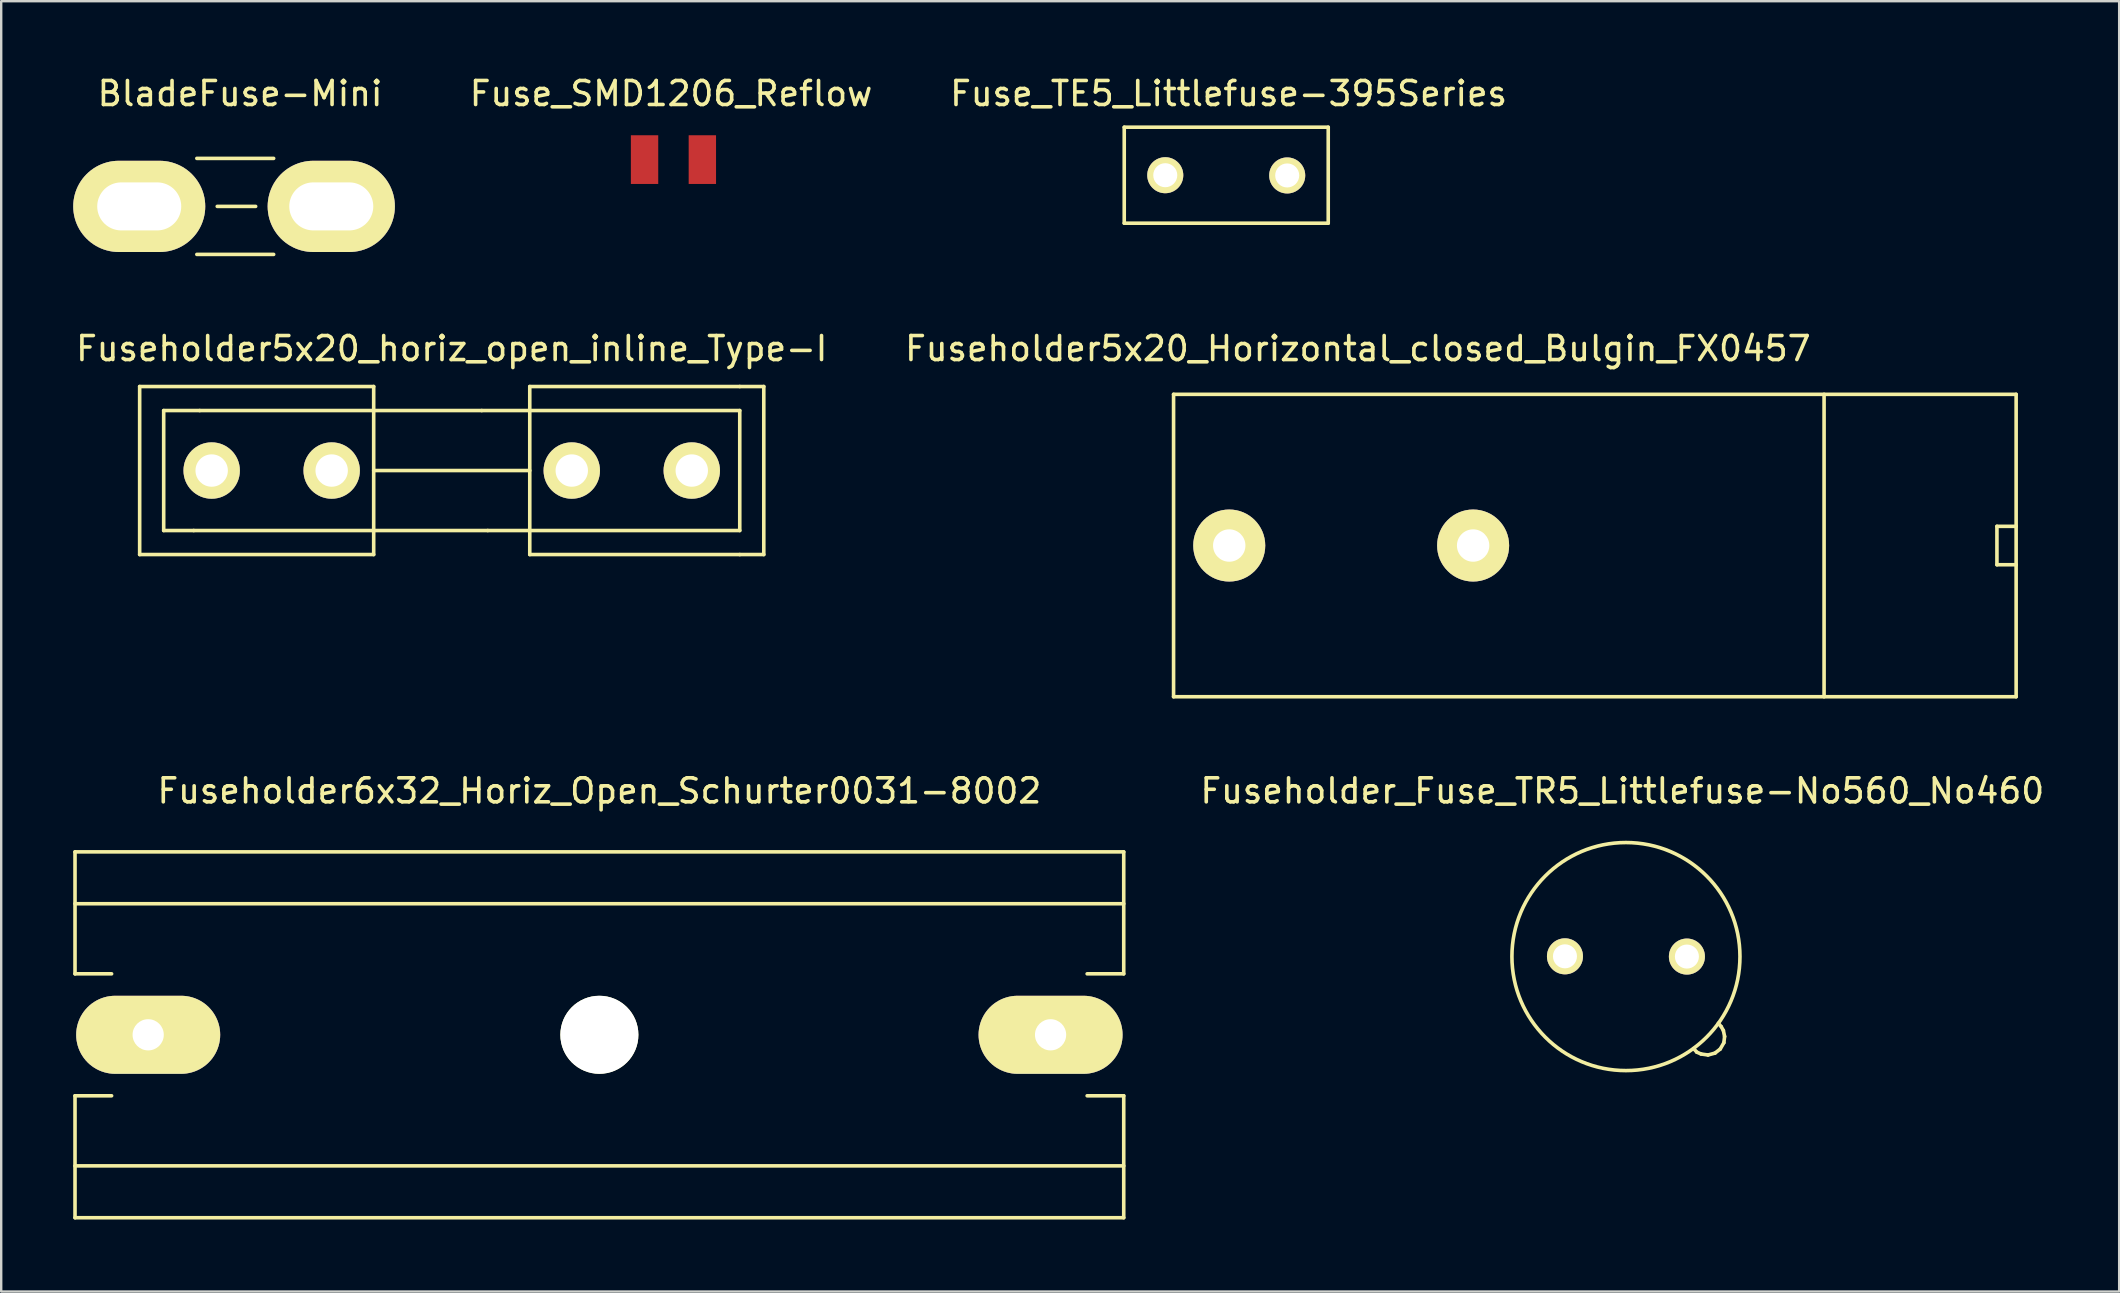
<source format=kicad_pcb>
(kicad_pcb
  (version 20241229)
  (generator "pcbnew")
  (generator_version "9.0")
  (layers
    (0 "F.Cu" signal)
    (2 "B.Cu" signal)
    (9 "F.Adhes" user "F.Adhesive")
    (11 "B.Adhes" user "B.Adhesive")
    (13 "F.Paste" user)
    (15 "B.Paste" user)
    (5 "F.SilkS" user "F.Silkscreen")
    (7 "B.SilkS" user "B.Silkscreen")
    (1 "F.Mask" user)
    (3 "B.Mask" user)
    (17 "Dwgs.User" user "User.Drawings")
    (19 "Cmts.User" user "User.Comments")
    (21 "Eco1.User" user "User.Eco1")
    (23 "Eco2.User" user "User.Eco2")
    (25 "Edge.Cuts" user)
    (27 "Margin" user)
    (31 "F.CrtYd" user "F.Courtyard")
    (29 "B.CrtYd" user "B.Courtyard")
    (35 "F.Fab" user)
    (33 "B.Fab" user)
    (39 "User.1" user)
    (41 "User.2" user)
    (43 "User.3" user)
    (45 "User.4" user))
  (footprint "Fuse_SMD1206_Reflow"
    (layer "F.Cu")
    (at 25.005 3.599)
    (property "Reference" "Fuse_SMD1206_Reflow" (at -0.099 -2.751 0) (layer "F.SilkS") (effects (font (size 1 1) (thickness 0.15))))
    (attr smd)
    (pad "1" smd rect (at -1.204 0 90) (size 2.029 1.14) (layers "F.Cu" "F.Mask" "F.Paste"))
    (pad "2" smd rect (at 1.204 0 90) (size 2.029 1.14) (layers "F.Cu" "F.Mask" "F.Paste")))
  (footprint "Fuseholder_Fuse_TR5_Littlefuse-No560_No460"
    (layer "F.Cu")
    (at 64.684 36.789)
    (property "Reference" "Fuseholder_Fuse_TR5_Littlefuse-No560_No460" (at -0.15 -6.891 0) (layer "F.SilkS") (effects (font (size 1 1) (thickness 0.15))))
    (attr through_hole)
    (fp_line (start 2.949 3.99) (end 2.819 3.84) (stroke (width 0.15) (type solid)) (layer "F.SilkS"))
    (fp_line (start 3.129 4.069) (end 2.949 3.99) (stroke (width 0.15) (type solid)) (layer "F.SilkS"))
    (fp_line (start 3.419 4.11) (end 3.129 4.069) (stroke (width 0.15) (type solid)) (layer "F.SilkS"))
    (fp_line (start 3.711 4.031) (end 3.419 4.11) (stroke (width 0.15) (type solid)) (layer "F.SilkS"))
    (fp_line (start 3.851 2.789) (end 3.97 2.931) (stroke (width 0.15) (type solid)) (layer "F.SilkS"))
    (fp_line (start 3.929 3.861) (end 3.711 4.031) (stroke (width 0.15) (type solid)) (layer "F.SilkS"))
    (fp_line (start 3.97 2.931) (end 4.059 3.091) (stroke (width 0.15) (type solid)) (layer "F.SilkS"))
    (fp_line (start 4.059 3.091) (end 4.11 3.34) (stroke (width 0.15) (type solid)) (layer "F.SilkS"))
    (fp_line (start 4.079 3.599) (end 3.929 3.861) (stroke (width 0.15) (type solid)) (layer "F.SilkS"))
    (fp_line (start 4.11 3.34) (end 4.079 3.599) (stroke (width 0.15) (type solid)) (layer "F.SilkS"))
    (fp_circle (center 0 0.01) (end 4.75 0.01) (stroke (width 0.15) (type solid)) (fill no) (layer "F.SilkS"))
    (pad "1" thru_hole circle (at -2.54 0) (size 1.501 1.501) (drill 1.001) (layers "*.Cu" "*.Mask" "F.SilkS"))
    (pad "2" thru_hole circle (at 2.54 0.01) (size 1.501 1.501) (drill 1.001) (layers "*.Cu" "*.Mask" "F.SilkS")))
  (footprint "Fuseholder5x20_Horizontal_closed_Bulgin_FX0457"
    (layer "F.Cu")
    (at 53.238 19.676)
    (property "Reference" "Fuseholder5x20_Horizontal_closed_Bulgin_FX0457" (at 0.279 -8.204 0) (layer "F.SilkS") (effects (font (size 1 1) (thickness 0.15))))
    (attr through_hole)
    (fp_line (start -7.399 6.299) (end -7.399 -6.299) (stroke (width 0.15) (type solid)) (layer "F.SilkS"))
    (fp_line (start -7.399 6.299) (end 27.701 6.299) (stroke (width 0.15) (type solid)) (layer "F.SilkS"))
    (fp_line (start 19.7 6.299) (end 19.7 -6.299) (stroke (width 0.15) (type solid)) (layer "F.SilkS"))
    (fp_line (start 26.901 -0.8) (end 26.901 0.8) (stroke (width 0.15) (type solid)) (layer "F.SilkS"))
    (fp_line (start 26.901 0.8) (end 27.701 0.8) (stroke (width 0.15) (type solid)) (layer "F.SilkS"))
    (fp_line (start 27.701 -6.299) (end -7.399 -6.299) (stroke (width 0.15) (type solid)) (layer "F.SilkS"))
    (fp_line (start 27.701 -0.8) (end 26.901 -0.8) (stroke (width 0.15) (type solid)) (layer "F.SilkS"))
    (fp_line (start 27.701 6.299) (end 27.701 -6.299) (stroke (width 0.15) (type solid)) (layer "F.SilkS"))
    (pad "1" thru_hole circle (at -5.08 0) (size 3 3) (drill 1.349) (layers "*.Cu" "*.Mask" "F.SilkS"))
    (pad "2" thru_hole circle (at 5.08 0) (size 3 3) (drill 1.349) (layers "*.Cu" "*.Mask" "F.SilkS")))
  (footprint "BladeFuse-Mini"
    (layer "F.Cu")
    (at 6.75 5.548)
    (property "Reference" "BladeFuse-Mini" (at 0.2 -4.7 0) (layer "F.SilkS") (effects (font (size 1 1) (thickness 0.15))))
    (attr through_hole)
    (fp_line (start -1.6 -2) (end 1.6 -2) (stroke (width 0.15) (type solid)) (layer "F.SilkS"))
    (fp_line (start -0.75 0) (end 0.85 0) (stroke (width 0.15) (type solid)) (layer "F.SilkS"))
    (fp_line (start 1.6 2) (end -1.6 2) (stroke (width 0.15) (type solid)) (layer "F.SilkS"))
    (pad "1" thru_hole oval (at -4 0) (size 5.5 3.8) (drill oval 3.5 2) (layers "*.Cu" "*.Mask" "F.SilkS"))
    (pad "2" thru_hole oval (at 4 0) (size 5.3 3.8) (drill oval 3.5 2) (layers "*.Cu" "*.Mask" "F.SilkS")))
  (footprint "Fuseholder5x20_horiz_open_inline_Type-I"
    (layer "F.Cu")
    (at 15.768 16.552)
    (property "Reference" "Fuseholder5x20_horiz_open_inline_Type-I" (at 0 -5.08 0) (layer "F.SilkS") (effects (font (size 1 1) (thickness 0.15))))
    (attr through_hole)
    (fp_line (start -13 -3.5) (end -13 3.5) (stroke (width 0.15) (type solid)) (layer "F.SilkS"))
    (fp_line (start -11.999 -2.499) (end -11.999 2.499) (stroke (width 0.15) (type solid)) (layer "F.SilkS"))
    (fp_line (start -10.749 2.499) (end -11.999 2.499) (stroke (width 0.15) (type solid)) (layer "F.SilkS"))
    (fp_line (start -10.5 -2.499) (end -11.999 -2.499) (stroke (width 0.15) (type solid)) (layer "F.SilkS"))
    (fp_line (start -3.251 -3.5) (end -13 -3.5) (stroke (width 0.15) (type solid)) (layer "F.SilkS"))
    (fp_line (start -3.251 -3.5) (end -3.251 3.5) (stroke (width 0.15) (type solid)) (layer "F.SilkS"))
    (fp_line (start -3.251 3.5) (end -13 3.5) (stroke (width 0.15) (type solid)) (layer "F.SilkS"))
    (fp_line (start 1.25 -2.499) (end -10.5 -2.499) (stroke (width 0.15) (type solid)) (layer "F.SilkS"))
    (fp_line (start 1.501 2.499) (end -10.749 2.499) (stroke (width 0.15) (type solid)) (layer "F.SilkS"))
    (fp_line (start 3.251 -3.5) (end 3.251 3.5) (stroke (width 0.15) (type solid)) (layer "F.SilkS"))
    (fp_line (start 3.251 0) (end -3.251 0) (stroke (width 0.15) (type solid)) (layer "F.SilkS"))
    (fp_line (start 11.999 -3.5) (end 3.251 -3.5) (stroke (width 0.15) (type solid)) (layer "F.SilkS"))
    (fp_line (start 11.999 -2.499) (end 1.25 -2.499) (stroke (width 0.15) (type solid)) (layer "F.SilkS"))
    (fp_line (start 11.999 -2.499) (end 11.999 2.499) (stroke (width 0.15) (type solid)) (layer "F.SilkS"))
    (fp_line (start 11.999 2.499) (end 1.501 2.499) (stroke (width 0.15) (type solid)) (layer "F.SilkS"))
    (fp_line (start 11.999 3.5) (end 3.251 3.5) (stroke (width 0.15) (type solid)) (layer "F.SilkS"))
    (fp_line (start 13 -3.5) (end 11.999 -3.5) (stroke (width 0.15) (type solid)) (layer "F.SilkS"))
    (fp_line (start 13 -3.5) (end 13 3.5) (stroke (width 0.15) (type solid)) (layer "F.SilkS"))
    (fp_line (start 13 3.5) (end 11.999 3.5) (stroke (width 0.15) (type solid)) (layer "F.SilkS"))
    (pad "1" thru_hole circle (at -10 0) (size 2.349 2.349) (drill 1.349) (layers "*.Cu" "*.Mask" "F.SilkS"))
    (pad "1" thru_hole circle (at -5.001 0) (size 2.349 2.349) (drill 1.349) (layers "*.Cu" "*.Mask" "F.SilkS"))
    (pad "2" thru_hole circle (at 5.001 0) (size 2.349 2.349) (drill 1.349) (layers "*.Cu" "*.Mask" "F.SilkS"))
    (pad "2" thru_hole circle (at 10 0) (size 2.349 2.349) (drill 1.349) (layers "*.Cu" "*.Mask" "F.SilkS")))
  (footprint "Fuse_TE5_Littlefuse-395Series"
    (layer "F.Cu")
    (at 48.033 4.249)
    (property "Reference" "Fuse_TE5_Littlefuse-395Series" (at 0.099 -3.401 0) (layer "F.SilkS") (effects (font (size 1 1) (thickness 0.15))))
    (attr through_hole)
    (fp_line (start -4.249 -1.999) (end -4.249 1.999) (stroke (width 0.15) (type solid)) (layer "F.SilkS"))
    (fp_line (start -4.249 1.999) (end 4.249 1.999) (stroke (width 0.15) (type solid)) (layer "F.SilkS"))
    (fp_line (start 4.249 -1.999) (end -4.249 -1.999) (stroke (width 0.15) (type solid)) (layer "F.SilkS"))
    (fp_line (start 4.249 1.999) (end 4.249 -1.999) (stroke (width 0.15) (type solid)) (layer "F.SilkS"))
    (pad "1" thru_hole circle (at -2.54 0) (size 1.501 1.501) (drill 1.001) (layers "*.Cu" "*.Mask" "F.SilkS"))
    (pad "2" thru_hole circle (at 2.54 0.01) (size 1.501 1.501) (drill 1.001) (layers "*.Cu" "*.Mask" "F.SilkS")))
  (footprint "Fuseholder6x32_Horiz_Open_Schurter0031-8002"
    (layer "F.Cu")
    (at 21.919 40.058)
    (property "Reference" "Fuseholder6x32_Horiz_Open_Schurter0031-8002" (at 0 -10.16 0) (layer "F.SilkS") (effects (font (size 1 1) (thickness 0.15))))
    (attr through_hole)
    (fp_line (start -21.844 -7.62) (end -21.844 -2.54) (stroke (width 0.15) (type solid)) (layer "F.SilkS"))
    (fp_line (start -21.844 -7.62) (end 21.844 -7.62) (stroke (width 0.15) (type solid)) (layer "F.SilkS"))
    (fp_line (start -21.844 -5.461) (end 21.844 -5.461) (stroke (width 0.15) (type solid)) (layer "F.SilkS"))
    (fp_line (start -21.844 -2.54) (end -20.32 -2.54) (stroke (width 0.15) (type solid)) (layer "F.SilkS"))
    (fp_line (start -21.844 2.54) (end -21.844 7.62) (stroke (width 0.15) (type solid)) (layer "F.SilkS"))
    (fp_line (start -20.32 2.54) (end -21.844 2.54) (stroke (width 0.15) (type solid)) (layer "F.SilkS"))
    (fp_line (start 20.32 2.54) (end 21.844 2.54) (stroke (width 0.15) (type solid)) (layer "F.SilkS"))
    (fp_line (start 21.844 -7.62) (end 21.844 -2.54) (stroke (width 0.15) (type solid)) (layer "F.SilkS"))
    (fp_line (start 21.844 -2.54) (end 20.32 -2.54) (stroke (width 0.15) (type solid)) (layer "F.SilkS"))
    (fp_line (start 21.844 2.54) (end 21.844 7.62) (stroke (width 0.15) (type solid)) (layer "F.SilkS"))
    (fp_line (start 21.844 5.461) (end -21.844 5.461) (stroke (width 0.15) (type solid)) (layer "F.SilkS"))
    (fp_line (start 21.844 7.62) (end -21.844 7.62) (stroke (width 0.15) (type solid)) (layer "F.SilkS"))
    (pad "" np_thru_hole circle (at 0 0) (size 3.251 3.251) (drill 3.251) (layers "*.Cu" "*.Mask" "F.SilkS"))
    (pad "1" thru_hole oval (at -18.796 0 90) (size 3.251 5.999) (drill 1.3) (layers "*.Cu" "*.Mask" "F.SilkS"))
    (pad "2" thru_hole oval (at 18.796 0 90) (size 3.251 5.999) (drill 1.3) (layers "*.Cu" "*.Mask" "F.SilkS")))
  (gr_rect
    (start -3 -3)
    (end 85.231 50.753)
    (stroke (width 0.1) (type default))
    (fill no)
    (layer "Edge.Cuts")))
</source>
